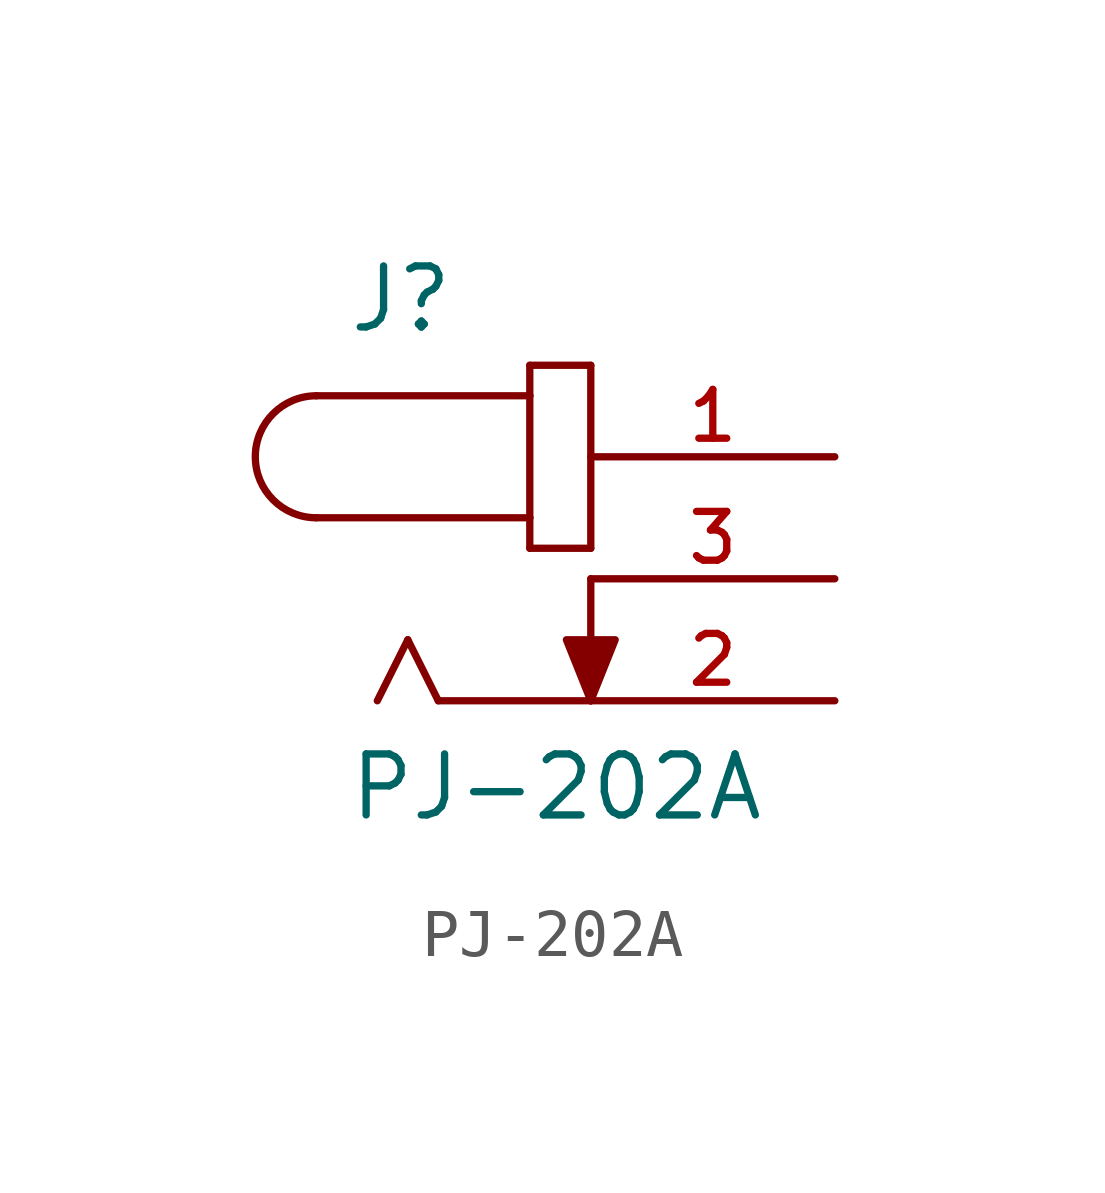
<source format=kicad_sym>
(kicad_symbol_lib
  (version 20211014)
  (generator kicad_symbol_editor)
  (symbol "PJ-202A"
    (pin_names
      (offset 1.016))
    (property "Reference" "J"
      (at -5.08 5.08 0)
      (effects (font (size 1.27 1.27)) (justify bottom left)))
    (property "Value" "PJ-202A"
      (at -5.08 -5.08 0)
      (effects (font (size 1.27 1.27)) (justify bottom left)))
    (symbol "PJ-202A_0_0"
      (arc (start -5.715 3.81) (mid -6.985 2.54) (end -5.715 1.27) (stroke (width 0.1524) (type default) (color 0 0 0 0)) (fill (type none)))
      (polyline (pts (xy -5.715 3.81) (xy -1.27 3.81)) (stroke (width 0.152)))
      (polyline (pts (xy -1.27 3.81) (xy -1.27 1.27)) (stroke (width 0.152)))
      (polyline (pts (xy -1.27 1.27) (xy -5.715 1.27)) (stroke (width 0.152)))
      (polyline (pts (xy -1.27 1.27) (xy -1.27 0.635)) (stroke (width 0.152)))
      (polyline (pts (xy -1.27 0.635) (xy 0.0 0.635)) (stroke (width 0.152)))
      (polyline (pts (xy 0.0 0.635) (xy 0.0 4.445)) (stroke (width 0.152)))
      (polyline (pts (xy 0.0 4.445) (xy -1.27 4.445)) (stroke (width 0.152)))
      (polyline (pts (xy -1.27 4.445) (xy -1.27 3.81)) (stroke (width 0.152)))
      (polyline (pts (xy 0.0 -2.54) (xy -3.175 -2.54)) (stroke (width 0.152)))
      (polyline (pts (xy -3.175 -2.54) (xy -3.81 -1.27)) (stroke (width 0.152)))
      (polyline (pts (xy -3.81 -1.27) (xy -4.445 -2.54)) (stroke (width 0.152)))
      (polyline (pts (xy 0.0 0.0) (xy 0.0 -2.54)) (stroke (width 0.152)))
      (polyline (pts (xy 0.0 -2.54) (xy -0.508 -1.27) (xy 0.508 -1.27) (xy 0.0 -2.54)) (stroke (width 0.152)) (fill (type outline)))
      (pin passive line (at 5.08 2.54 180.0) (length 5.08) (name "~" (effects (font (size 1.016 1.016)))) (number "1" (effects (font (size 1.016 1.016)))))
      (pin passive line (at 5.08 0.0 180.0) (length 5.08) (name "~" (effects (font (size 1.016 1.016)))) (number "3" (effects (font (size 1.016 1.016)))))
      (pin passive line (at 5.08 -2.54 180.0) (length 5.08) (name "~" (effects (font (size 1.016 1.016)))) (number "2" (effects (font (size 1.016 1.016))))))))
</source>
